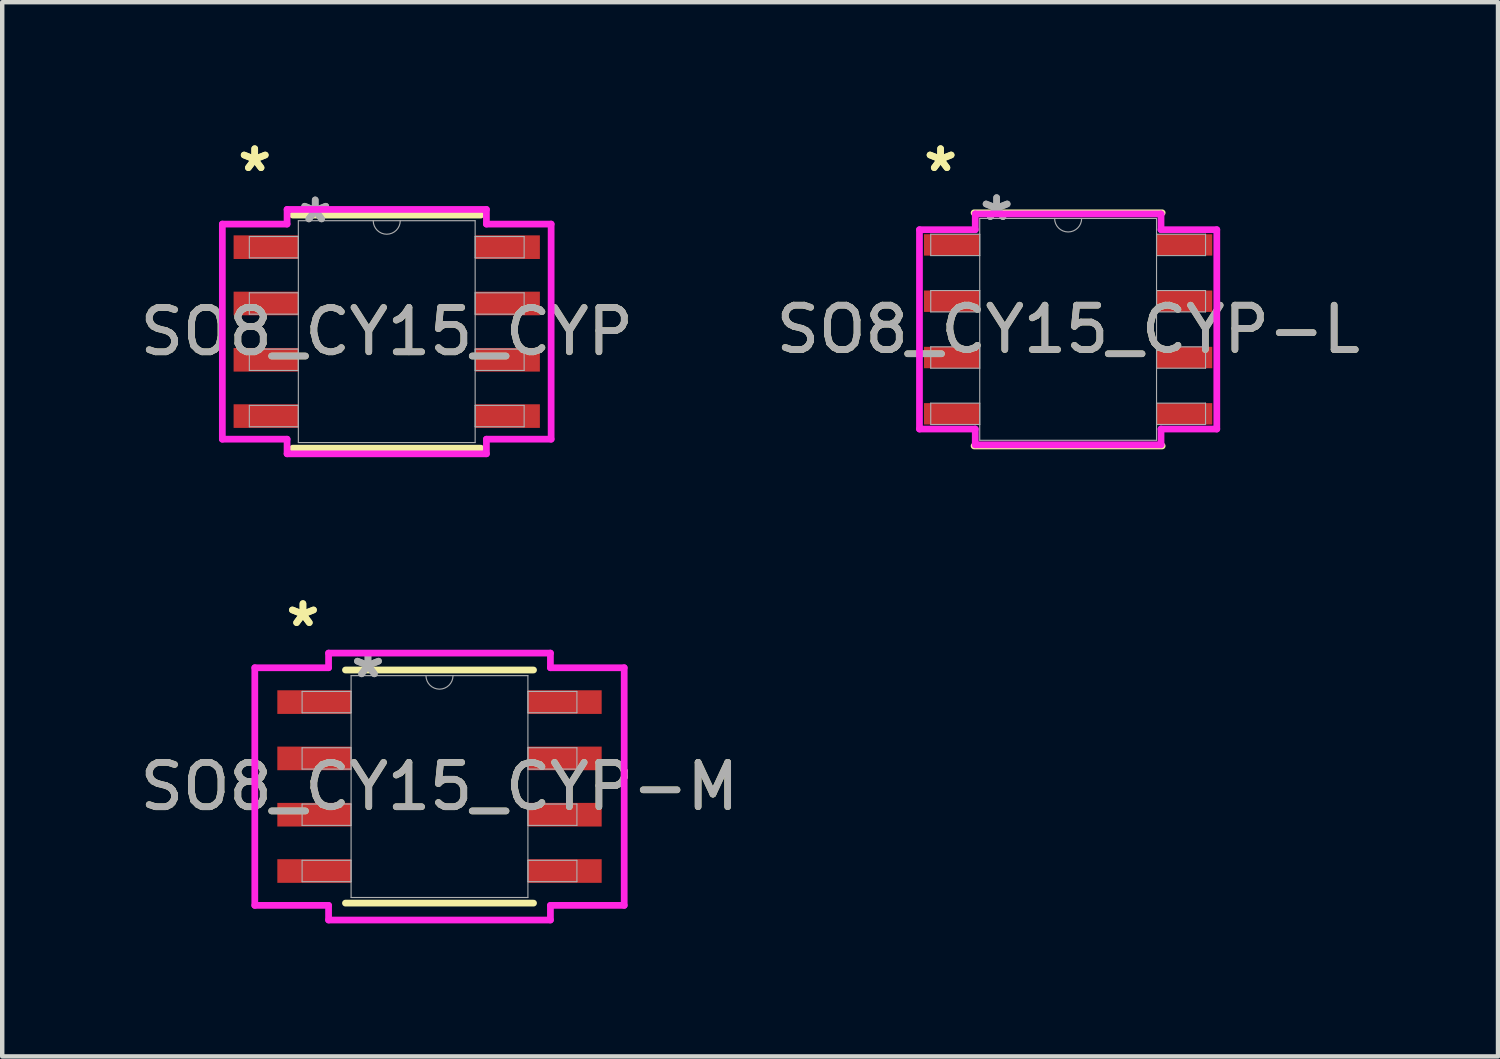
<source format=kicad_pcb>
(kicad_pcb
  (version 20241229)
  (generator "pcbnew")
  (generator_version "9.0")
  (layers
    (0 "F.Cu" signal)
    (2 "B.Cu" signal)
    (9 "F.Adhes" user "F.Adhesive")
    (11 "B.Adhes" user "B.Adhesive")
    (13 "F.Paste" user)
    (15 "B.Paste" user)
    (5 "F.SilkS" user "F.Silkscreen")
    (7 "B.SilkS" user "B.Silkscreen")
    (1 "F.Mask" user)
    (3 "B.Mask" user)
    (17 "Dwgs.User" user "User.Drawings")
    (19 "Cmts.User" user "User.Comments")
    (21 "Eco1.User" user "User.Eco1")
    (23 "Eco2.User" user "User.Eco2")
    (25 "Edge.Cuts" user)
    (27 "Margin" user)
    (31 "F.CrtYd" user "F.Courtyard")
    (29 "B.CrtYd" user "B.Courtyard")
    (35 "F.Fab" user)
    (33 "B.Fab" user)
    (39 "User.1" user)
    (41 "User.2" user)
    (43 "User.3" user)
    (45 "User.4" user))
  (footprint "SO8_CY15_CYP-M"
    (layer "F.Cu")
    (at 6.863 14.691)
    (property "Reference" "SO8_CY15_CYP-M" (at 0 0 0) (unlocked yes) (layer "F.SilkS") (effects (font (size 1 1) (thickness 0.15))))
    (attr smd)
    (fp_line (start -2.121 2.629) (end 2.121 2.629) (stroke (width 0.152) (type solid)) (layer "F.SilkS"))
    (fp_line (start 2.121 -2.629) (end -2.121 -2.629) (stroke (width 0.152) (type solid)) (layer "F.SilkS"))
    (fp_line (start -4.166 -2.68) (end -2.502 -2.68) (stroke (width 0.152) (type solid)) (layer "F.CrtYd"))
    (fp_line (start -4.166 2.68) (end -4.166 -2.68) (stroke (width 0.152) (type solid)) (layer "F.CrtYd"))
    (fp_line (start -4.166 2.68) (end -2.502 2.68) (stroke (width 0.152) (type solid)) (layer "F.CrtYd"))
    (fp_line (start -2.502 -3.01) (end 2.502 -3.01) (stroke (width 0.152) (type solid)) (layer "F.CrtYd"))
    (fp_line (start -2.502 -2.68) (end -2.502 -3.01) (stroke (width 0.152) (type solid)) (layer "F.CrtYd"))
    (fp_line (start -2.502 3.01) (end -2.502 2.68) (stroke (width 0.152) (type solid)) (layer "F.CrtYd"))
    (fp_line (start 2.502 -3.01) (end 2.502 -2.68) (stroke (width 0.152) (type solid)) (layer "F.CrtYd"))
    (fp_line (start 2.502 2.68) (end 2.502 3.01) (stroke (width 0.152) (type solid)) (layer "F.CrtYd"))
    (fp_line (start 2.502 3.01) (end -2.502 3.01) (stroke (width 0.152) (type solid)) (layer "F.CrtYd"))
    (fp_line (start 4.166 -2.68) (end 2.502 -2.68) (stroke (width 0.152) (type solid)) (layer "F.CrtYd"))
    (fp_line (start 4.166 -2.68) (end 4.166 2.68) (stroke (width 0.152) (type solid)) (layer "F.CrtYd"))
    (fp_line (start 4.166 2.68) (end 2.502 2.68) (stroke (width 0.152) (type solid)) (layer "F.CrtYd"))
    (fp_line (start -3.099 -2.146) (end -3.099 -1.664) (stroke (width 0.025) (type solid)) (layer "F.Fab"))
    (fp_line (start -3.099 -1.664) (end -1.994 -1.664) (stroke (width 0.025) (type solid)) (layer "F.Fab"))
    (fp_line (start -3.099 -0.876) (end -3.099 -0.394) (stroke (width 0.025) (type solid)) (layer "F.Fab"))
    (fp_line (start -3.099 -0.394) (end -1.994 -0.394) (stroke (width 0.025) (type solid)) (layer "F.Fab"))
    (fp_line (start -3.099 0.394) (end -3.099 0.876) (stroke (width 0.025) (type solid)) (layer "F.Fab"))
    (fp_line (start -3.099 0.876) (end -1.994 0.876) (stroke (width 0.025) (type solid)) (layer "F.Fab"))
    (fp_line (start -3.099 1.664) (end -3.099 2.146) (stroke (width 0.025) (type solid)) (layer "F.Fab"))
    (fp_line (start -3.099 2.146) (end -1.994 2.146) (stroke (width 0.025) (type solid)) (layer "F.Fab"))
    (fp_line (start -1.994 -2.502) (end -1.994 2.502) (stroke (width 0.025) (type solid)) (layer "F.Fab"))
    (fp_line (start -1.994 -2.146) (end -3.099 -2.146) (stroke (width 0.025) (type solid)) (layer "F.Fab"))
    (fp_line (start -1.994 -1.664) (end -1.994 -2.146) (stroke (width 0.025) (type solid)) (layer "F.Fab"))
    (fp_line (start -1.994 -0.876) (end -3.099 -0.876) (stroke (width 0.025) (type solid)) (layer "F.Fab"))
    (fp_line (start -1.994 -0.394) (end -1.994 -0.876) (stroke (width 0.025) (type solid)) (layer "F.Fab"))
    (fp_line (start -1.994 0.394) (end -3.099 0.394) (stroke (width 0.025) (type solid)) (layer "F.Fab"))
    (fp_line (start -1.994 0.876) (end -1.994 0.394) (stroke (width 0.025) (type solid)) (layer "F.Fab"))
    (fp_line (start -1.994 1.664) (end -3.099 1.664) (stroke (width 0.025) (type solid)) (layer "F.Fab"))
    (fp_line (start -1.994 2.146) (end -1.994 1.664) (stroke (width 0.025) (type solid)) (layer "F.Fab"))
    (fp_line (start -1.994 2.502) (end 1.994 2.502) (stroke (width 0.025) (type solid)) (layer "F.Fab"))
    (fp_line (start 1.994 -2.502) (end -1.994 -2.502) (stroke (width 0.025) (type solid)) (layer "F.Fab"))
    (fp_line (start 1.994 -2.146) (end 1.994 -1.664) (stroke (width 0.025) (type solid)) (layer "F.Fab"))
    (fp_line (start 1.994 -1.664) (end 3.099 -1.664) (stroke (width 0.025) (type solid)) (layer "F.Fab"))
    (fp_line (start 1.994 -0.876) (end 1.994 -0.394) (stroke (width 0.025) (type solid)) (layer "F.Fab"))
    (fp_line (start 1.994 -0.394) (end 3.099 -0.394) (stroke (width 0.025) (type solid)) (layer "F.Fab"))
    (fp_line (start 1.994 0.394) (end 1.994 0.876) (stroke (width 0.025) (type solid)) (layer "F.Fab"))
    (fp_line (start 1.994 0.876) (end 3.099 0.876) (stroke (width 0.025) (type solid)) (layer "F.Fab"))
    (fp_line (start 1.994 1.664) (end 1.994 2.146) (stroke (width 0.025) (type solid)) (layer "F.Fab"))
    (fp_line (start 1.994 2.146) (end 3.099 2.146) (stroke (width 0.025) (type solid)) (layer "F.Fab"))
    (fp_line (start 1.994 2.502) (end 1.994 -2.502) (stroke (width 0.025) (type solid)) (layer "F.Fab"))
    (fp_line (start 3.099 -2.146) (end 1.994 -2.146) (stroke (width 0.025) (type solid)) (layer "F.Fab"))
    (fp_line (start 3.099 -1.664) (end 3.099 -2.146) (stroke (width 0.025) (type solid)) (layer "F.Fab"))
    (fp_line (start 3.099 -0.876) (end 1.994 -0.876) (stroke (width 0.025) (type solid)) (layer "F.Fab"))
    (fp_line (start 3.099 -0.394) (end 3.099 -0.876) (stroke (width 0.025) (type solid)) (layer "F.Fab"))
    (fp_line (start 3.099 0.394) (end 1.994 0.394) (stroke (width 0.025) (type solid)) (layer "F.Fab"))
    (fp_line (start 3.099 0.876) (end 3.099 0.394) (stroke (width 0.025) (type solid)) (layer "F.Fab"))
    (fp_line (start 3.099 1.664) (end 1.994 1.664) (stroke (width 0.025) (type solid)) (layer "F.Fab"))
    (fp_line (start 3.099 2.146) (end 3.099 1.664) (stroke (width 0.025) (type solid)) (layer "F.Fab"))
    (fp_arc (start 0.3048 -2.5019) (mid 0 -2.1971) (end -0.3048 -2.5019) (stroke (width 0.0254) (type solid)) (layer "F.Fab"))
    (fp_text user "*" (at -3.08 -3.581 0) (layer "F.SilkS") (effects (font (size 1 1) (thickness 0.15))))
    (fp_text user "*" (at -3.08 -3.581 0) (unlocked yes) (layer "F.SilkS") (effects (font (size 1 1) (thickness 0.15))))
    (fp_text user "*" (at -1.613 -2.426 0) (layer "F.Fab") (effects (font (size 1 1) (thickness 0.15))))
    (fp_text user "${REFERENCE}" (at 0 0 0) (unlocked yes) (layer "F.Fab") (effects (font (size 1 1) (thickness 0.15))))
    (fp_text user "*" (at -1.613 -2.426 0) (unlocked yes) (layer "F.Fab") (effects (font (size 1 1) (thickness 0.15))))
    (pad "1" smd rect (at -2.826 -1.905) (size 1.664 0.533) (layers "F.Cu" "F.Mask" "F.Paste"))
    (pad "2" smd rect (at -2.826 -0.635) (size 1.664 0.533) (layers "F.Cu" "F.Mask" "F.Paste"))
    (pad "3" smd rect (at -2.826 0.635) (size 1.664 0.533) (layers "F.Cu" "F.Mask" "F.Paste"))
    (pad "4" smd rect (at -2.826 1.905) (size 1.664 0.533) (layers "F.Cu" "F.Mask" "F.Paste"))
    (pad "5" smd rect (at 2.826 1.905) (size 1.664 0.533) (layers "F.Cu" "F.Mask" "F.Paste"))
    (pad "6" smd rect (at 2.826 0.635) (size 1.664 0.533) (layers "F.Cu" "F.Mask" "F.Paste"))
    (pad "7" smd rect (at 2.826 -0.635) (size 1.664 0.533) (layers "F.Cu" "F.Mask" "F.Paste"))
    (pad "8" smd rect (at 2.826 -1.905) (size 1.664 0.533) (layers "F.Cu" "F.Mask" "F.Paste")))
  (footprint "SO8_CY15_CYP"
    (layer "F.Cu")
    (at 5.673 4.43)
    (property "Reference" "SO8_CY15_CYP" (at 0 0 0) (unlocked yes) (layer "F.SilkS") (effects (font (size 1 1) (thickness 0.15))))
    (attr smd)
    (fp_line (start -2.121 2.629) (end 2.121 2.629) (stroke (width 0.152) (type solid)) (layer "F.SilkS"))
    (fp_line (start 2.121 -2.629) (end -2.121 -2.629) (stroke (width 0.152) (type solid)) (layer "F.SilkS"))
    (fp_line (start -3.708 -2.426) (end -2.248 -2.426) (stroke (width 0.152) (type solid)) (layer "F.CrtYd"))
    (fp_line (start -3.708 2.426) (end -3.708 -2.426) (stroke (width 0.152) (type solid)) (layer "F.CrtYd"))
    (fp_line (start -3.708 2.426) (end -2.248 2.426) (stroke (width 0.152) (type solid)) (layer "F.CrtYd"))
    (fp_line (start -2.248 -2.756) (end 2.248 -2.756) (stroke (width 0.152) (type solid)) (layer "F.CrtYd"))
    (fp_line (start -2.248 -2.426) (end -2.248 -2.756) (stroke (width 0.152) (type solid)) (layer "F.CrtYd"))
    (fp_line (start -2.248 2.756) (end -2.248 2.426) (stroke (width 0.152) (type solid)) (layer "F.CrtYd"))
    (fp_line (start 2.248 -2.756) (end 2.248 -2.426) (stroke (width 0.152) (type solid)) (layer "F.CrtYd"))
    (fp_line (start 2.248 2.426) (end 2.248 2.756) (stroke (width 0.152) (type solid)) (layer "F.CrtYd"))
    (fp_line (start 2.248 2.756) (end -2.248 2.756) (stroke (width 0.152) (type solid)) (layer "F.CrtYd"))
    (fp_line (start 3.708 -2.426) (end 2.248 -2.426) (stroke (width 0.152) (type solid)) (layer "F.CrtYd"))
    (fp_line (start 3.708 -2.426) (end 3.708 2.426) (stroke (width 0.152) (type solid)) (layer "F.CrtYd"))
    (fp_line (start 3.708 2.426) (end 2.248 2.426) (stroke (width 0.152) (type solid)) (layer "F.CrtYd"))
    (fp_line (start -3.099 -2.146) (end -3.099 -1.664) (stroke (width 0.025) (type solid)) (layer "F.Fab"))
    (fp_line (start -3.099 -1.664) (end -1.994 -1.664) (stroke (width 0.025) (type solid)) (layer "F.Fab"))
    (fp_line (start -3.099 -0.876) (end -3.099 -0.394) (stroke (width 0.025) (type solid)) (layer "F.Fab"))
    (fp_line (start -3.099 -0.394) (end -1.994 -0.394) (stroke (width 0.025) (type solid)) (layer "F.Fab"))
    (fp_line (start -3.099 0.394) (end -3.099 0.876) (stroke (width 0.025) (type solid)) (layer "F.Fab"))
    (fp_line (start -3.099 0.876) (end -1.994 0.876) (stroke (width 0.025) (type solid)) (layer "F.Fab"))
    (fp_line (start -3.099 1.664) (end -3.099 2.146) (stroke (width 0.025) (type solid)) (layer "F.Fab"))
    (fp_line (start -3.099 2.146) (end -1.994 2.146) (stroke (width 0.025) (type solid)) (layer "F.Fab"))
    (fp_line (start -1.994 -2.502) (end -1.994 2.502) (stroke (width 0.025) (type solid)) (layer "F.Fab"))
    (fp_line (start -1.994 -2.146) (end -3.099 -2.146) (stroke (width 0.025) (type solid)) (layer "F.Fab"))
    (fp_line (start -1.994 -1.664) (end -1.994 -2.146) (stroke (width 0.025) (type solid)) (layer "F.Fab"))
    (fp_line (start -1.994 -0.876) (end -3.099 -0.876) (stroke (width 0.025) (type solid)) (layer "F.Fab"))
    (fp_line (start -1.994 -0.394) (end -1.994 -0.876) (stroke (width 0.025) (type solid)) (layer "F.Fab"))
    (fp_line (start -1.994 0.394) (end -3.099 0.394) (stroke (width 0.025) (type solid)) (layer "F.Fab"))
    (fp_line (start -1.994 0.876) (end -1.994 0.394) (stroke (width 0.025) (type solid)) (layer "F.Fab"))
    (fp_line (start -1.994 1.664) (end -3.099 1.664) (stroke (width 0.025) (type solid)) (layer "F.Fab"))
    (fp_line (start -1.994 2.146) (end -1.994 1.664) (stroke (width 0.025) (type solid)) (layer "F.Fab"))
    (fp_line (start -1.994 2.502) (end 1.994 2.502) (stroke (width 0.025) (type solid)) (layer "F.Fab"))
    (fp_line (start 1.994 -2.502) (end -1.994 -2.502) (stroke (width 0.025) (type solid)) (layer "F.Fab"))
    (fp_line (start 1.994 -2.146) (end 1.994 -1.664) (stroke (width 0.025) (type solid)) (layer "F.Fab"))
    (fp_line (start 1.994 -1.664) (end 3.099 -1.664) (stroke (width 0.025) (type solid)) (layer "F.Fab"))
    (fp_line (start 1.994 -0.876) (end 1.994 -0.394) (stroke (width 0.025) (type solid)) (layer "F.Fab"))
    (fp_line (start 1.994 -0.394) (end 3.099 -0.394) (stroke (width 0.025) (type solid)) (layer "F.Fab"))
    (fp_line (start 1.994 0.394) (end 1.994 0.876) (stroke (width 0.025) (type solid)) (layer "F.Fab"))
    (fp_line (start 1.994 0.876) (end 3.099 0.876) (stroke (width 0.025) (type solid)) (layer "F.Fab"))
    (fp_line (start 1.994 1.664) (end 1.994 2.146) (stroke (width 0.025) (type solid)) (layer "F.Fab"))
    (fp_line (start 1.994 2.146) (end 3.099 2.146) (stroke (width 0.025) (type solid)) (layer "F.Fab"))
    (fp_line (start 1.994 2.502) (end 1.994 -2.502) (stroke (width 0.025) (type solid)) (layer "F.Fab"))
    (fp_line (start 3.099 -2.146) (end 1.994 -2.146) (stroke (width 0.025) (type solid)) (layer "F.Fab"))
    (fp_line (start 3.099 -1.664) (end 3.099 -2.146) (stroke (width 0.025) (type solid)) (layer "F.Fab"))
    (fp_line (start 3.099 -0.876) (end 1.994 -0.876) (stroke (width 0.025) (type solid)) (layer "F.Fab"))
    (fp_line (start 3.099 -0.394) (end 3.099 -0.876) (stroke (width 0.025) (type solid)) (layer "F.Fab"))
    (fp_line (start 3.099 0.394) (end 1.994 0.394) (stroke (width 0.025) (type solid)) (layer "F.Fab"))
    (fp_line (start 3.099 0.876) (end 3.099 0.394) (stroke (width 0.025) (type solid)) (layer "F.Fab"))
    (fp_line (start 3.099 1.664) (end 1.994 1.664) (stroke (width 0.025) (type solid)) (layer "F.Fab"))
    (fp_line (start 3.099 2.146) (end 3.099 1.664) (stroke (width 0.025) (type solid)) (layer "F.Fab"))
    (fp_arc (start 0.3048 -2.5019) (mid 0 -2.1971) (end -0.3048 -2.5019) (stroke (width 0.0254) (type solid)) (layer "F.Fab"))
    (fp_text user "*" (at -2.978 -3.581 0) (layer "F.SilkS") (effects (font (size 1 1) (thickness 0.15))))
    (fp_text user "*" (at -2.978 -3.581 0) (unlocked yes) (layer "F.SilkS") (effects (font (size 1 1) (thickness 0.15))))
    (fp_text user "*" (at -1.613 -2.426 0) (unlocked yes) (layer "F.Fab") (effects (font (size 1 1) (thickness 0.15))))
    (fp_text user "*" (at -1.613 -2.426 0) (layer "F.Fab") (effects (font (size 1 1) (thickness 0.15))))
    (fp_text user "${REFERENCE}" (at 0 0 0) (unlocked yes) (layer "F.Fab") (effects (font (size 1 1) (thickness 0.15))))
    (pad "1" smd rect (at -2.724 -1.905) (size 1.46 0.533) (layers "F.Cu" "F.Mask" "F.Paste"))
    (pad "2" smd rect (at -2.724 -0.635) (size 1.46 0.533) (layers "F.Cu" "F.Mask" "F.Paste"))
    (pad "3" smd rect (at -2.724 0.635) (size 1.46 0.533) (layers "F.Cu" "F.Mask" "F.Paste"))
    (pad "4" smd rect (at -2.724 1.905) (size 1.46 0.533) (layers "F.Cu" "F.Mask" "F.Paste"))
    (pad "5" smd rect (at 2.724 1.905) (size 1.46 0.533) (layers "F.Cu" "F.Mask" "F.Paste"))
    (pad "6" smd rect (at 2.724 0.635) (size 1.46 0.533) (layers "F.Cu" "F.Mask" "F.Paste"))
    (pad "7" smd rect (at 2.724 -0.635) (size 1.46 0.533) (layers "F.Cu" "F.Mask" "F.Paste"))
    (pad "8" smd rect (at 2.724 -1.905) (size 1.46 0.533) (layers "F.Cu" "F.Mask" "F.Paste")))
  (footprint "SO8_CY15_CYP-L"
    (layer "F.Cu")
    (at 21.042 4.379)
    (property "Reference" "SO8_CY15_CYP-L" (at 0 0 0) (unlocked yes) (layer "F.SilkS") (effects (font (size 1 1) (thickness 0.15))))
    (attr smd)
    (fp_line (start -2.121 2.629) (end 2.121 2.629) (stroke (width 0.152) (type solid)) (layer "F.SilkS"))
    (fp_line (start 2.121 -2.629) (end -2.121 -2.629) (stroke (width 0.152) (type solid)) (layer "F.SilkS"))
    (fp_line (start -3.353 -2.248) (end -2.095 -2.248) (stroke (width 0.152) (type solid)) (layer "F.CrtYd"))
    (fp_line (start -3.353 2.248) (end -3.353 -2.248) (stroke (width 0.152) (type solid)) (layer "F.CrtYd"))
    (fp_line (start -3.353 2.248) (end -2.095 2.248) (stroke (width 0.152) (type solid)) (layer "F.CrtYd"))
    (fp_line (start -2.095 -2.603) (end 2.095 -2.603) (stroke (width 0.152) (type solid)) (layer "F.CrtYd"))
    (fp_line (start -2.095 -2.248) (end -2.095 -2.603) (stroke (width 0.152) (type solid)) (layer "F.CrtYd"))
    (fp_line (start -2.095 2.603) (end -2.095 2.248) (stroke (width 0.152) (type solid)) (layer "F.CrtYd"))
    (fp_line (start 2.095 -2.603) (end 2.095 -2.248) (stroke (width 0.152) (type solid)) (layer "F.CrtYd"))
    (fp_line (start 2.095 2.248) (end 2.095 2.603) (stroke (width 0.152) (type solid)) (layer "F.CrtYd"))
    (fp_line (start 2.095 2.603) (end -2.095 2.603) (stroke (width 0.152) (type solid)) (layer "F.CrtYd"))
    (fp_line (start 3.353 -2.248) (end 2.095 -2.248) (stroke (width 0.152) (type solid)) (layer "F.CrtYd"))
    (fp_line (start 3.353 -2.248) (end 3.353 2.248) (stroke (width 0.152) (type solid)) (layer "F.CrtYd"))
    (fp_line (start 3.353 2.248) (end 2.095 2.248) (stroke (width 0.152) (type solid)) (layer "F.CrtYd"))
    (fp_line (start -3.099 -2.146) (end -3.099 -1.664) (stroke (width 0.025) (type solid)) (layer "F.Fab"))
    (fp_line (start -3.099 -1.664) (end -1.994 -1.664) (stroke (width 0.025) (type solid)) (layer "F.Fab"))
    (fp_line (start -3.099 -0.876) (end -3.099 -0.394) (stroke (width 0.025) (type solid)) (layer "F.Fab"))
    (fp_line (start -3.099 -0.394) (end -1.994 -0.394) (stroke (width 0.025) (type solid)) (layer "F.Fab"))
    (fp_line (start -3.099 0.394) (end -3.099 0.876) (stroke (width 0.025) (type solid)) (layer "F.Fab"))
    (fp_line (start -3.099 0.876) (end -1.994 0.876) (stroke (width 0.025) (type solid)) (layer "F.Fab"))
    (fp_line (start -3.099 1.664) (end -3.099 2.146) (stroke (width 0.025) (type solid)) (layer "F.Fab"))
    (fp_line (start -3.099 2.146) (end -1.994 2.146) (stroke (width 0.025) (type solid)) (layer "F.Fab"))
    (fp_line (start -1.994 -2.502) (end -1.994 2.502) (stroke (width 0.025) (type solid)) (layer "F.Fab"))
    (fp_line (start -1.994 -2.146) (end -3.099 -2.146) (stroke (width 0.025) (type solid)) (layer "F.Fab"))
    (fp_line (start -1.994 -1.664) (end -1.994 -2.146) (stroke (width 0.025) (type solid)) (layer "F.Fab"))
    (fp_line (start -1.994 -0.876) (end -3.099 -0.876) (stroke (width 0.025) (type solid)) (layer "F.Fab"))
    (fp_line (start -1.994 -0.394) (end -1.994 -0.876) (stroke (width 0.025) (type solid)) (layer "F.Fab"))
    (fp_line (start -1.994 0.394) (end -3.099 0.394) (stroke (width 0.025) (type solid)) (layer "F.Fab"))
    (fp_line (start -1.994 0.876) (end -1.994 0.394) (stroke (width 0.025) (type solid)) (layer "F.Fab"))
    (fp_line (start -1.994 1.664) (end -3.099 1.664) (stroke (width 0.025) (type solid)) (layer "F.Fab"))
    (fp_line (start -1.994 2.146) (end -1.994 1.664) (stroke (width 0.025) (type solid)) (layer "F.Fab"))
    (fp_line (start -1.994 2.502) (end 1.994 2.502) (stroke (width 0.025) (type solid)) (layer "F.Fab"))
    (fp_line (start 1.994 -2.502) (end -1.994 -2.502) (stroke (width 0.025) (type solid)) (layer "F.Fab"))
    (fp_line (start 1.994 -2.146) (end 1.994 -1.664) (stroke (width 0.025) (type solid)) (layer "F.Fab"))
    (fp_line (start 1.994 -1.664) (end 3.099 -1.664) (stroke (width 0.025) (type solid)) (layer "F.Fab"))
    (fp_line (start 1.994 -0.876) (end 1.994 -0.394) (stroke (width 0.025) (type solid)) (layer "F.Fab"))
    (fp_line (start 1.994 -0.394) (end 3.099 -0.394) (stroke (width 0.025) (type solid)) (layer "F.Fab"))
    (fp_line (start 1.994 0.394) (end 1.994 0.876) (stroke (width 0.025) (type solid)) (layer "F.Fab"))
    (fp_line (start 1.994 0.876) (end 3.099 0.876) (stroke (width 0.025) (type solid)) (layer "F.Fab"))
    (fp_line (start 1.994 1.664) (end 1.994 2.146) (stroke (width 0.025) (type solid)) (layer "F.Fab"))
    (fp_line (start 1.994 2.146) (end 3.099 2.146) (stroke (width 0.025) (type solid)) (layer "F.Fab"))
    (fp_line (start 1.994 2.502) (end 1.994 -2.502) (stroke (width 0.025) (type solid)) (layer "F.Fab"))
    (fp_line (start 3.099 -2.146) (end 1.994 -2.146) (stroke (width 0.025) (type solid)) (layer "F.Fab"))
    (fp_line (start 3.099 -1.664) (end 3.099 -2.146) (stroke (width 0.025) (type solid)) (layer "F.Fab"))
    (fp_line (start 3.099 -0.876) (end 1.994 -0.876) (stroke (width 0.025) (type solid)) (layer "F.Fab"))
    (fp_line (start 3.099 -0.394) (end 3.099 -0.876) (stroke (width 0.025) (type solid)) (layer "F.Fab"))
    (fp_line (start 3.099 0.394) (end 1.994 0.394) (stroke (width 0.025) (type solid)) (layer "F.Fab"))
    (fp_line (start 3.099 0.876) (end 3.099 0.394) (stroke (width 0.025) (type solid)) (layer "F.Fab"))
    (fp_line (start 3.099 1.664) (end 1.994 1.664) (stroke (width 0.025) (type solid)) (layer "F.Fab"))
    (fp_line (start 3.099 2.146) (end 3.099 1.664) (stroke (width 0.025) (type solid)) (layer "F.Fab"))
    (fp_arc (start 0.3048 -2.5019) (mid 0 -2.1971) (end -0.3048 -2.5019) (stroke (width 0.0254) (type solid)) (layer "F.Fab"))
    (fp_text user "*" (at -2.877 -3.531 0) (layer "F.SilkS") (effects (font (size 1 1) (thickness 0.15))))
    (fp_text user "*" (at -2.877 -3.531 0) (unlocked yes) (layer "F.SilkS") (effects (font (size 1 1) (thickness 0.15))))
    (fp_text user "*" (at -1.613 -2.426 0) (unlocked yes) (layer "F.Fab") (effects (font (size 1 1) (thickness 0.15))))
    (fp_text user "*" (at -1.613 -2.426 0) (layer "F.Fab") (effects (font (size 1 1) (thickness 0.15))))
    (fp_text user "${REFERENCE}" (at 0 0 0) (unlocked yes) (layer "F.Fab") (effects (font (size 1 1) (thickness 0.15))))
    (pad "1" smd rect (at -2.623 -1.905) (size 1.257 0.483) (layers "F.Cu" "F.Mask" "F.Paste"))
    (pad "2" smd rect (at -2.623 -0.635) (size 1.257 0.483) (layers "F.Cu" "F.Mask" "F.Paste"))
    (pad "3" smd rect (at -2.623 0.635) (size 1.257 0.483) (layers "F.Cu" "F.Mask" "F.Paste"))
    (pad "4" smd rect (at -2.623 1.905) (size 1.257 0.483) (layers "F.Cu" "F.Mask" "F.Paste"))
    (pad "5" smd rect (at 2.623 1.905) (size 1.257 0.483) (layers "F.Cu" "F.Mask" "F.Paste"))
    (pad "6" smd rect (at 2.623 0.635) (size 1.257 0.483) (layers "F.Cu" "F.Mask" "F.Paste"))
    (pad "7" smd rect (at 2.623 -0.635) (size 1.257 0.483) (layers "F.Cu" "F.Mask" "F.Paste"))
    (pad "8" smd rect (at 2.623 -1.905) (size 1.257 0.483) (layers "F.Cu" "F.Mask" "F.Paste")))
  (gr_rect
    (start -3 -3)
    (end 30.738 20.777)
    (stroke (width 0.1) (type default))
    (fill no)
    (layer "Edge.Cuts")))
</source>
